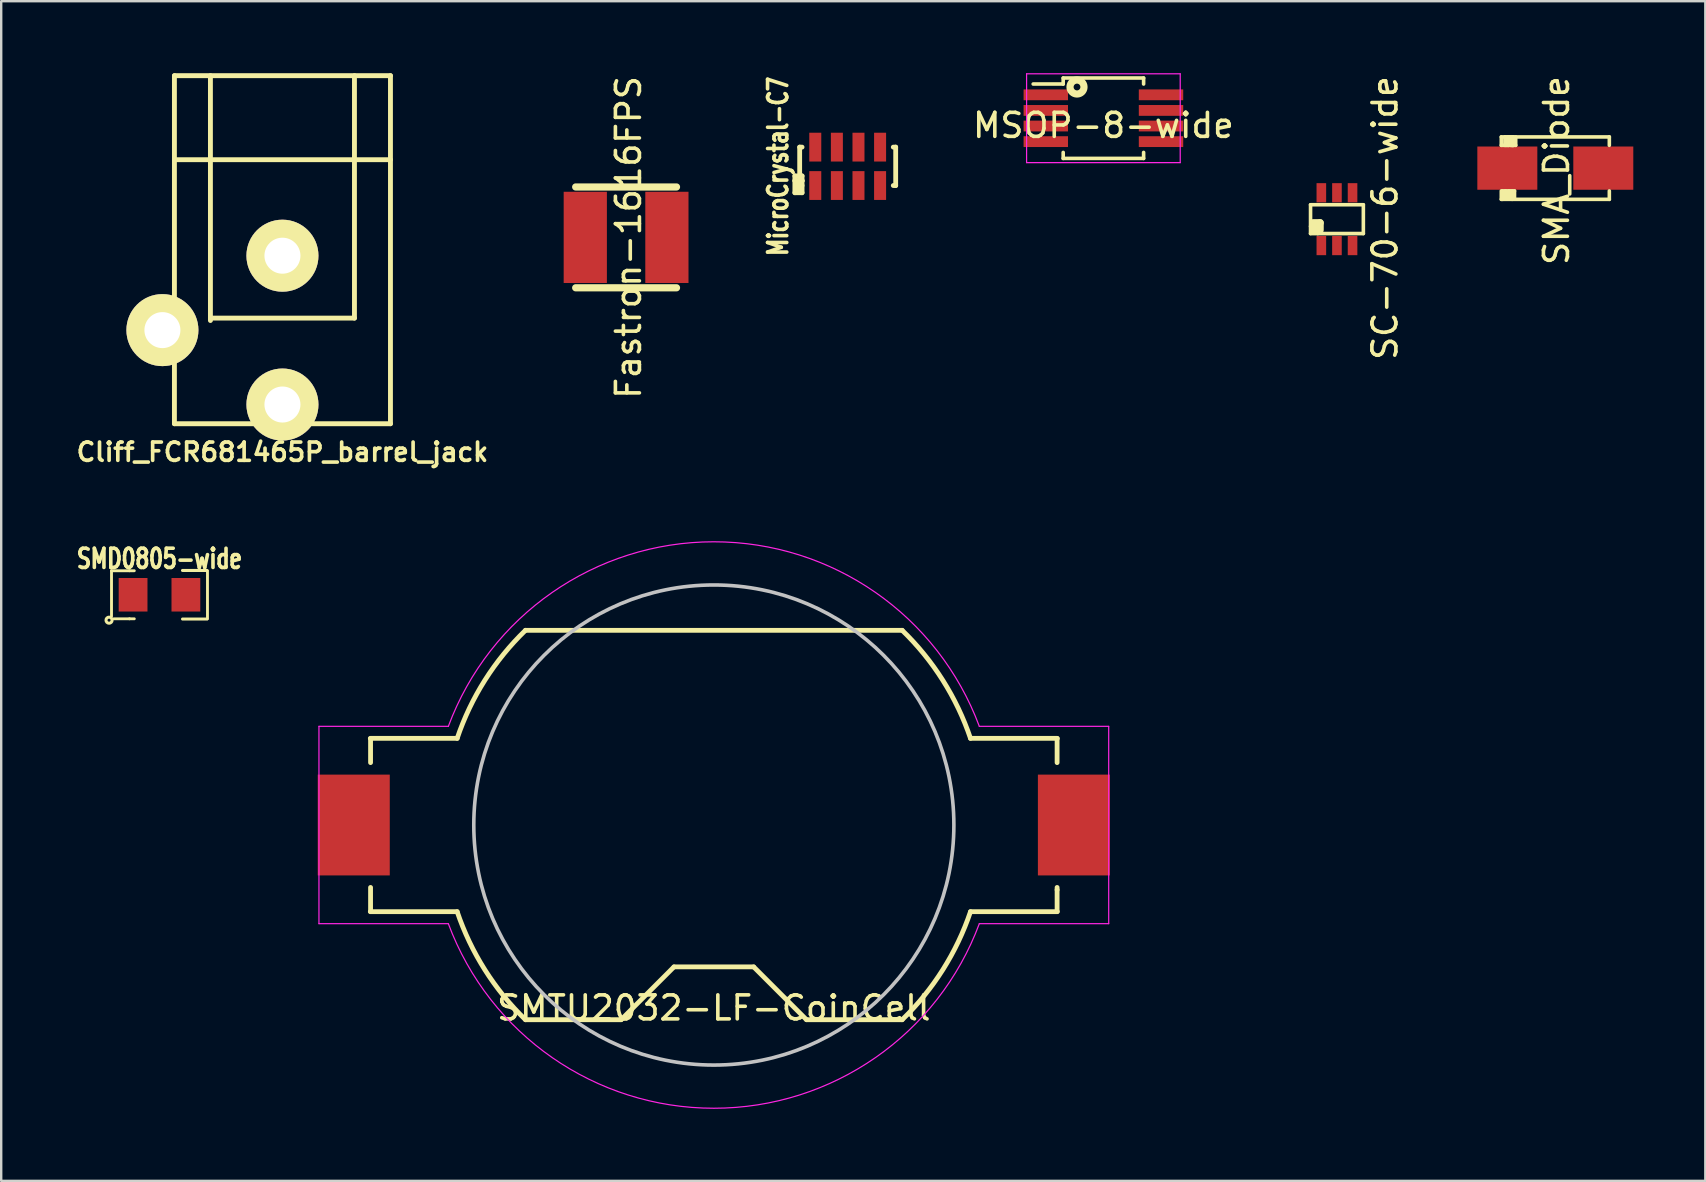
<source format=kicad_pcb>
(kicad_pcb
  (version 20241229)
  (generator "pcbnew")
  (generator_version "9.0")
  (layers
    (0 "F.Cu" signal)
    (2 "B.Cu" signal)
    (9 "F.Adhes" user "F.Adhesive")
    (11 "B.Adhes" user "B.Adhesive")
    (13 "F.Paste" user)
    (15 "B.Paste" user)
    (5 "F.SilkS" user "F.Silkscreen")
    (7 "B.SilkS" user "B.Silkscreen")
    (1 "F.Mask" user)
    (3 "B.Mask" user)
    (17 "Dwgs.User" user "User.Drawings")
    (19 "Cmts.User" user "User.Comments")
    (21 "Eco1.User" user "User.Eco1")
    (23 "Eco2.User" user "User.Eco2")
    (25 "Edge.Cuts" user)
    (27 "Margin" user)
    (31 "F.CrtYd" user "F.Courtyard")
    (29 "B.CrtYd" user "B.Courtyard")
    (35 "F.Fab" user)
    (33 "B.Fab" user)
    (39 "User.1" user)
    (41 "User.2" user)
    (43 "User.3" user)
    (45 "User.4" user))
  (footprint "SMTU2032-LF-CoinCell"
    (layer "F.Cu")
    (at 26.687 31.319)
    (property "Reference" "SMTU2032-LF-CoinCell" (at 0 7.62 0) (layer "F.SilkS") (effects (font (size 1 1) (thickness 0.15))))
    (attr smd)
    (fp_line (start -14.31 -3.61) (end -10.692 -3.61) (stroke (width 0.2) (type solid)) (layer "F.SilkS"))
    (fp_line (start -14.3 -3.6) (end -14.3 -2.6) (stroke (width 0.2) (type solid)) (layer "F.SilkS"))
    (fp_line (start -14.3 3.6) (end -14.3 2.6) (stroke (width 0.2) (type solid)) (layer "F.SilkS"))
    (fp_line (start -10.692 3.61) (end -14.31 3.61) (stroke (width 0.2) (type solid)) (layer "F.SilkS"))
    (fp_line (start -7.847 -8.11) (end 7.847 -8.11) (stroke (width 0.2) (type solid)) (layer "F.SilkS"))
    (fp_line (start -3.86 8.11) (end -7.847 8.11) (stroke (width 0.2) (type solid)) (layer "F.SilkS"))
    (fp_line (start -1.66 5.91) (end -3.86 8.11) (stroke (width 0.2) (type solid)) (layer "F.SilkS"))
    (fp_line (start 1.66 5.91) (end -1.66 5.91) (stroke (width 0.2) (type solid)) (layer "F.SilkS"))
    (fp_line (start 1.66 5.91) (end 3.86 8.11) (stroke (width 0.2) (type solid)) (layer "F.SilkS"))
    (fp_line (start 7.847 8.11) (end 3.86 8.11) (stroke (width 0.2) (type solid)) (layer "F.SilkS"))
    (fp_line (start 10.692 -3.61) (end 14.31 -3.61) (stroke (width 0.2) (type solid)) (layer "F.SilkS"))
    (fp_line (start 14.3 -3.6) (end 14.3 -2.6) (stroke (width 0.2) (type solid)) (layer "F.SilkS"))
    (fp_line (start 14.3 2.7) (end 14.3 2.6) (stroke (width 0.2) (type solid)) (layer "F.SilkS"))
    (fp_line (start 14.3 3.6) (end 14.3 2.7) (stroke (width 0.2) (type solid)) (layer "F.SilkS"))
    (fp_line (start 14.31 3.61) (end 10.692 3.61) (stroke (width 0.2) (type solid)) (layer "F.SilkS"))
    (fp_arc (start -10.692 -3.61) (mid -9.538084 -6.031244) (end -7.845371 -8.111789) (stroke (width 0.2) (type solid)) (layer "F.SilkS"))
    (fp_arc (start -7.845371 8.111789) (mid -9.538085 6.031244) (end -10.692 3.61) (stroke (width 0.2) (type solid)) (layer "F.SilkS"))
    (fp_arc (start 7.845371 -8.111789) (mid 9.538085 -6.031244) (end 10.692 -3.61) (stroke (width 0.2) (type solid)) (layer "F.SilkS"))
    (fp_arc (start 10.692 3.61) (mid 9.538084 6.031244) (end 7.845371 8.111789) (stroke (width 0.2) (type solid)) (layer "F.SilkS"))
    (fp_circle (center 0 0) (end 10 0) (stroke (width 0.15) (type solid)) (fill no) (layer "Dwgs.User"))
    (fp_line (start -16.45 -4.11) (end -16.45 4.11) (stroke (width 0.05) (type solid)) (layer "F.CrtYd"))
    (fp_line (start -16.45 -4.11) (end -11.06 -4.11) (stroke (width 0.05) (type solid)) (layer "F.CrtYd"))
    (fp_line (start -16.45 4.11) (end -11.06 4.11) (stroke (width 0.05) (type solid)) (layer "F.CrtYd"))
    (fp_line (start 11.06 4.11) (end 16.45 4.11) (stroke (width 0.05) (type solid)) (layer "F.CrtYd"))
    (fp_line (start 16.45 -4.11) (end 11.06 -4.11) (stroke (width 0.05) (type solid)) (layer "F.CrtYd"))
    (fp_line (start 16.45 4.11) (end 16.45 -4.11) (stroke (width 0.05) (type solid)) (layer "F.CrtYd"))
    (fp_arc (start -11.06 -4.11) (mid -0.002978 -11.79897) (end 11.057924 -4.115582) (stroke (width 0.05) (type solid)) (layer "F.CrtYd"))
    (fp_arc (start 11.06 4.11) (mid 0.002978 11.79897) (end -11.057924 4.115582) (stroke (width 0.05) (type solid)) (layer "F.CrtYd"))
    (pad "1" smd rect (at -15 0) (size 3 4.2) (layers "F.Cu" "F.Mask" "F.Paste"))
    (pad "2" smd rect (at 15 0) (size 3 4.2) (layers "F.Cu" "F.Mask" "F.Paste")))
  (footprint "MSOP-8-wide"
    (layer "F.Cu")
    (at 42.916 1.875)
    (property "Reference" "MSOP-8-wide" (at 0 0.3 0) (layer "F.SilkS") (effects (font (size 1 1) (thickness 0.15))))
    (attr smd)
    (fp_line (start -1.675 -1.675) (end -1.675 -1.425) (stroke (width 0.15) (type solid)) (layer "F.SilkS"))
    (fp_line (start -1.675 -1.675) (end 1.675 -1.675) (stroke (width 0.15) (type solid)) (layer "F.SilkS"))
    (fp_line (start -1.675 -1.425) (end -2.925 -1.425) (stroke (width 0.15) (type solid)) (layer "F.SilkS"))
    (fp_line (start -1.675 1.675) (end -1.675 1.425) (stroke (width 0.15) (type solid)) (layer "F.SilkS"))
    (fp_line (start -1.675 1.675) (end 1.675 1.675) (stroke (width 0.15) (type solid)) (layer "F.SilkS"))
    (fp_line (start 1.675 -1.675) (end 1.675 -1.425) (stroke (width 0.15) (type solid)) (layer "F.SilkS"))
    (fp_line (start 1.675 1.675) (end 1.675 1.425) (stroke (width 0.15) (type solid)) (layer "F.SilkS"))
    (fp_circle (center -1.1 -1.3) (end -1 -1.2) (stroke (width 0.3) (type solid)) (fill no) (layer "F.SilkS"))
    (fp_line (start -3.2 -1.85) (end -3.2 1.85) (stroke (width 0.05) (type solid)) (layer "F.CrtYd"))
    (fp_line (start -3.2 -1.85) (end 3.2 -1.85) (stroke (width 0.05) (type solid)) (layer "F.CrtYd"))
    (fp_line (start -3.2 1.85) (end 3.2 1.85) (stroke (width 0.05) (type solid)) (layer "F.CrtYd"))
    (fp_line (start 3.2 -1.85) (end 3.2 1.85) (stroke (width 0.05) (type solid)) (layer "F.CrtYd"))
    (pad "1" smd rect (at -2.4 -0.975) (size 1.85 0.45) (layers "F.Cu" "F.Mask" "F.Paste"))
    (pad "2" smd rect (at -2.4 -0.325) (size 1.85 0.45) (layers "F.Cu" "F.Mask" "F.Paste"))
    (pad "3" smd rect (at -2.4 0.325) (size 1.85 0.45) (layers "F.Cu" "F.Mask" "F.Paste"))
    (pad "4" smd rect (at -2.4 0.975) (size 1.85 0.45) (layers "F.Cu" "F.Mask" "F.Paste"))
    (pad "5" smd rect (at 2.4 0.975) (size 1.85 0.45) (layers "F.Cu" "F.Mask" "F.Paste"))
    (pad "6" smd rect (at 2.4 0.325) (size 1.85 0.45) (layers "F.Cu" "F.Mask" "F.Paste"))
    (pad "7" smd rect (at 2.4 -0.325) (size 1.85 0.45) (layers "F.Cu" "F.Mask" "F.Paste"))
    (pad "8" smd rect (at 2.4 -0.975) (size 1.85 0.45) (layers "F.Cu" "F.Mask" "F.Paste")))
  (footprint "Cliff_FCR681465P_barrel_jack"
    (layer "F.Cu")
    (at 8.716 10.702)
    (property "Reference" "Cliff_FCR681465P_barrel_jack" (at 0 5.08 0) (layer "F.SilkS") (effects (font (size 0.762 0.762) (thickness 0.152))))
    (attr through_hole)
    (fp_line (start -4.5 -10.6) (end -4.5 3.9) (stroke (width 0.203) (type solid)) (layer "F.SilkS"))
    (fp_line (start -4.5 -7.1) (end 4.5 -7.1) (stroke (width 0.203) (type solid)) (layer "F.SilkS"))
    (fp_line (start -4.5 3.9) (end 4.5 3.9) (stroke (width 0.203) (type solid)) (layer "F.SilkS"))
    (fp_line (start -3 -0.4) (end -3 -10.6) (stroke (width 0.203) (type solid)) (layer "F.SilkS"))
    (fp_line (start 3 -10.6) (end 3 -0.5) (stroke (width 0.203) (type solid)) (layer "F.SilkS"))
    (fp_line (start 3 -0.5) (end -3 -0.5) (stroke (width 0.203) (type solid)) (layer "F.SilkS"))
    (fp_line (start 4.5 -10.6) (end -4.5 -10.6) (stroke (width 0.203) (type solid)) (layer "F.SilkS"))
    (fp_line (start 4.5 3.9) (end 4.5 -10.6) (stroke (width 0.203) (type solid)) (layer "F.SilkS"))
    (pad "1" thru_hole circle (at 0 3.1) (size 3 3) (drill 1.5) (layers "*.Cu" "*.Mask" "F.SilkS"))
    (pad "2" thru_hole circle (at 0 -3.1) (size 3 3) (drill 1.5) (layers "*.Cu" "*.Mask" "F.SilkS"))
    (pad "3" thru_hole circle (at -5 0) (size 3 3) (drill 1.5) (layers "*.Cu" "*.Mask" "F.SilkS")))
  (footprint "MicroCrystal-C7"
    (layer "F.Cu")
    (at 32.263 3.879)
    (property "Reference" "MicroCrystal-C7" (at -2.9 0 90) (layer "F.SilkS") (effects (font (size 0.8 0.6) (thickness 0.15))))
    (attr through_hole)
    (fp_line (start -2.2 0.4) (end -1.9 0.4) (stroke (width 0.2) (type solid)) (layer "F.SilkS"))
    (fp_line (start -2.2 0.6) (end -2.2 0.4) (stroke (width 0.2) (type solid)) (layer "F.SilkS"))
    (fp_line (start -2.2 0.6) (end -2.2 1.1) (stroke (width 0.2) (type solid)) (layer "F.SilkS"))
    (fp_line (start -2.2 1.1) (end -1.9 1.1) (stroke (width 0.2) (type solid)) (layer "F.SilkS"))
    (fp_line (start -2.1 0.7) (end -2.1 1) (stroke (width 0.2) (type solid)) (layer "F.SilkS"))
    (fp_line (start -2.1 1) (end -2 1) (stroke (width 0.2) (type solid)) (layer "F.SilkS"))
    (fp_line (start -2 -0.8) (end -2 0.8) (stroke (width 0.2) (type solid)) (layer "F.SilkS"))
    (fp_line (start -2 0.8) (end -1.9 0.8) (stroke (width 0.2) (type solid)) (layer "F.SilkS"))
    (fp_line (start -2 1) (end -2 0.7) (stroke (width 0.2) (type solid)) (layer "F.SilkS"))
    (fp_line (start -1.9 -0.8) (end -2 -0.8) (stroke (width 0.2) (type solid)) (layer "F.SilkS"))
    (fp_line (start -1.9 0.4) (end -1.9 0.6) (stroke (width 0.2) (type solid)) (layer "F.SilkS"))
    (fp_line (start -1.9 0.6) (end -2.2 0.6) (stroke (width 0.2) (type solid)) (layer "F.SilkS"))
    (fp_line (start -1.9 0.6) (end -2.1 0.6) (stroke (width 0.2) (type solid)) (layer "F.SilkS"))
    (fp_line (start -1.9 1.1) (end -1.9 0.6) (stroke (width 0.2) (type solid)) (layer "F.SilkS"))
    (fp_line (start 1.9 -0.8) (end 2 -0.8) (stroke (width 0.2) (type solid)) (layer "F.SilkS"))
    (fp_line (start 2 -0.8) (end 2 0.8) (stroke (width 0.2) (type solid)) (layer "F.SilkS"))
    (fp_line (start 2 0.8) (end 1.9 0.8) (stroke (width 0.2) (type solid)) (layer "F.SilkS"))
    (pad "1" smd rect (at -1.35 0.8) (size 0.5 1.2) (layers "F.Cu" "F.Mask" "F.Paste"))
    (pad "2" smd rect (at -0.45 0.8) (size 0.5 1.2) (layers "F.Cu" "F.Mask" "F.Paste"))
    (pad "3" smd rect (at 0.45 0.8) (size 0.5 1.2) (layers "F.Cu" "F.Mask" "F.Paste"))
    (pad "4" smd rect (at 1.35 0.8) (size 0.5 1.2) (layers "F.Cu" "F.Mask" "F.Paste"))
    (pad "5" smd rect (at 1.35 -0.8) (size 0.5 1.2) (layers "F.Cu" "F.Mask" "F.Paste"))
    (pad "6" smd rect (at 0.45 -0.8) (size 0.5 1.2) (layers "F.Cu" "F.Mask" "F.Paste"))
    (pad "7" smd rect (at -0.45 -0.8) (size 0.5 1.2) (layers "F.Cu" "F.Mask" "F.Paste"))
    (pad "8" smd rect (at -1.35 -0.8) (size 0.5 1.2) (layers "F.Cu" "F.Mask" "F.Paste")))
  (footprint "SC-70-6-wide"
    (layer "F.Cu")
    (at 52.645 6.08)
    (property "Reference" "SC-70-6-wide" (at 2 -0.05 90) (layer "F.SilkS") (effects (font (size 1 1) (thickness 0.15))))
    (attr smd)
    (fp_line (start -1.1 -0.6) (end -1.1 0.6) (stroke (width 0.15) (type solid)) (layer "F.SilkS"))
    (fp_line (start -1.1 0.3) (end -0.8 0.3) (stroke (width 0.15) (type solid)) (layer "F.SilkS"))
    (fp_line (start -1.1 0.6) (end 1.1 0.6) (stroke (width 0.15) (type solid)) (layer "F.SilkS"))
    (fp_line (start -1 0.15) (end -0.7 0.15) (stroke (width 0.3) (type solid)) (layer "F.SilkS"))
    (fp_line (start -0.95 0.45) (end -0.8 0.45) (stroke (width 0.3) (type solid)) (layer "F.SilkS"))
    (fp_line (start -0.8 0.3) (end -0.8 0.6) (stroke (width 0.15) (type solid)) (layer "F.SilkS"))
    (fp_line (start -0.7 0.15) (end -0.7 0.45) (stroke (width 0.3) (type solid)) (layer "F.SilkS"))
    (fp_line (start 1.1 -0.6) (end -1.1 -0.6) (stroke (width 0.15) (type solid)) (layer "F.SilkS"))
    (fp_line (start 1.1 0.6) (end 1.1 -0.6) (stroke (width 0.15) (type solid)) (layer "F.SilkS"))
    (pad "1" smd rect (at -0.65 1.1) (size 0.4 0.8) (layers "F.Cu" "F.Mask" "F.Paste"))
    (pad "2" smd rect (at 0 1.1) (size 0.4 0.8) (layers "F.Cu" "F.Mask" "F.Paste"))
    (pad "3" smd rect (at 0.65 1.1) (size 0.4 0.8) (layers "F.Cu" "F.Mask" "F.Paste"))
    (pad "4" smd rect (at 0.65 -1.1) (size 0.4 0.8) (layers "F.Cu" "F.Mask" "F.Paste"))
    (pad "5" smd rect (at 0 -1.1) (size 0.4 0.8) (layers "F.Cu" "F.Mask" "F.Paste"))
    (pad "6" smd rect (at -0.65 -1.1) (size 0.4 0.8) (layers "F.Cu" "F.Mask" "F.Paste")))
  (footprint "SMD0805-wide"
    (layer "F.Cu")
    (at 3.594 21.727)
    (property "Reference" "SMD0805-wide" (at 0 -1.501 0) (layer "F.SilkS") (effects (font (size 0.8 0.6) (thickness 0.15))))
    (attr smd)
    (fp_line (start -1.999 -1.001) (end -1.999 0.899) (stroke (width 0.119) (type solid)) (layer "F.SilkS"))
    (fp_line (start -1.25 -1.001) (end -1.999 -1.001) (stroke (width 0.119) (type solid)) (layer "F.SilkS"))
    (fp_line (start -1.25 -1.001) (end -1.049 -1.001) (stroke (width 0.119) (type solid)) (layer "F.SilkS"))
    (fp_line (start -1.25 1.001) (end -1.9 1.001) (stroke (width 0.119) (type solid)) (layer "F.SilkS"))
    (fp_line (start -1.25 1.001) (end -1.049 1.001) (stroke (width 0.119) (type solid)) (layer "F.SilkS"))
    (fp_line (start 0.958 -1.013) (end 1.974 -1.013) (stroke (width 0.127) (type solid)) (layer "F.SilkS"))
    (fp_line (start 1.976 1.011) (end 0.96 1.011) (stroke (width 0.127) (type solid)) (layer "F.SilkS"))
    (fp_line (start 1.999 -1.001) (end 1.999 1.001) (stroke (width 0.119) (type solid)) (layer "F.SilkS"))
    (fp_circle (center -2.101 1.059) (end -2.101 0.932) (stroke (width 0.127) (type solid)) (fill no) (layer "F.SilkS"))
    (pad "1" smd rect (at -1.1 0) (size 1.199 1.397) (layers "F.Cu" "F.Mask" "F.Paste"))
    (pad "2" smd rect (at 1.1 0) (size 1.199 1.397) (layers "F.Cu" "F.Mask" "F.Paste")))
  (footprint "Fastron-1616FPS"
    (layer "F.Cu")
    (at 23.032 6.839)
    (property "Reference" "Fastron-1616FPS" (at 0.1 0 90) (layer "F.SilkS") (effects (font (size 1 1) (thickness 0.15))))
    (attr through_hole)
    (fp_line (start -2.1 -2.1) (end 2.1 -2.1) (stroke (width 0.3) (type solid)) (layer "F.SilkS"))
    (fp_line (start -2.1 2.1) (end 2.1 2.1) (stroke (width 0.3) (type solid)) (layer "F.SilkS"))
    (pad "1" smd rect (at -1.7 0) (size 1.8 3.8) (layers "F.Cu" "F.Mask" "F.Paste"))
    (pad "2" smd rect (at 1.7 0) (size 1.8 3.8) (layers "F.Cu" "F.Mask" "F.Paste")))
  (footprint "SMA_Diode"
    (layer "F.Cu")
    (at 61.742 3.954)
    (property "Reference" "SMA_Diode" (at 0.05 0.1 90) (layer "F.SilkS") (effects (font (size 1 1) (thickness 0.15))))
    (attr smd)
    (fp_line (start -2.25 -1.3) (end -2.25 -0.95) (stroke (width 0.15) (type solid)) (layer "F.SilkS"))
    (fp_line (start -2.25 -1.3) (end 2.25 -1.3) (stroke (width 0.15) (type solid)) (layer "F.SilkS"))
    (fp_line (start -2.25 1.3) (end -2.25 0.95) (stroke (width 0.15) (type solid)) (layer "F.SilkS"))
    (fp_line (start -2.25 1.3) (end 2.25 1.3) (stroke (width 0.15) (type solid)) (layer "F.SilkS"))
    (fp_line (start -2.25 -0.95) (end -1.75 -0.95) (stroke (width 0.15) (type solid)) (layer "F.SilkS"))
    (fp_line (start -2.2 0.95) (end -2.1 0.95) (stroke (width 0.15) (type solid)) (layer "F.SilkS"))
    (fp_line (start -2.2 1.3) (end -2.2 0.95) (stroke (width 0.15) (type solid)) (layer "F.SilkS"))
    (fp_line (start -2.1 -1.3) (end -2.1 -0.95) (stroke (width 0.15) (type solid)) (layer "F.SilkS"))
    (fp_line (start -2.1 -0.95) (end -1.95 -0.95) (stroke (width 0.15) (type solid)) (layer "F.SilkS"))
    (fp_line (start -2.1 0.95) (end -2.1 1.25) (stroke (width 0.15) (type solid)) (layer "F.SilkS"))
    (fp_line (start -2.1 1.25) (end -2.05 1.25) (stroke (width 0.15) (type solid)) (layer "F.SilkS"))
    (fp_line (start -2.05 -1.25) (end -2.05 -1.05) (stroke (width 0.15) (type solid)) (layer "F.SilkS"))
    (fp_line (start -2.05 0.95) (end -1.95 0.95) (stroke (width 0.15) (type solid)) (layer "F.SilkS"))
    (fp_line (start -2.05 1.25) (end -2.05 0.95) (stroke (width 0.15) (type solid)) (layer "F.SilkS"))
    (fp_line (start -1.95 -1.3) (end -1.85 -1.3) (stroke (width 0.15) (type solid)) (layer "F.SilkS"))
    (fp_line (start -1.95 -0.95) (end -1.95 -1.3) (stroke (width 0.15) (type solid)) (layer "F.SilkS"))
    (fp_line (start -1.95 0.95) (end -1.95 1.2) (stroke (width 0.15) (type solid)) (layer "F.SilkS"))
    (fp_line (start -1.95 1.2) (end -1.9 1.2) (stroke (width 0.15) (type solid)) (layer "F.SilkS"))
    (fp_line (start -1.9 0.95) (end -1.7 0.95) (stroke (width 0.15) (type solid)) (layer "F.SilkS"))
    (fp_line (start -1.9 1.2) (end -1.9 0.95) (stroke (width 0.15) (type solid)) (layer "F.SilkS"))
    (fp_line (start -1.85 -1.3) (end -1.85 -0.95) (stroke (width 0.15) (type solid)) (layer "F.SilkS"))
    (fp_line (start -1.85 -0.95) (end -1.75 -0.95) (stroke (width 0.15) (type solid)) (layer "F.SilkS"))
    (fp_line (start -1.799 -1.3) (end -1.799 -0.95) (stroke (width 0.15) (type solid)) (layer "F.SilkS"))
    (fp_line (start -1.799 1.3) (end -1.799 0.95) (stroke (width 0.15) (type solid)) (layer "F.SilkS"))
    (fp_line (start -1.75 -1.3) (end -2.1 -1.3) (stroke (width 0.15) (type solid)) (layer "F.SilkS"))
    (fp_line (start -1.75 -0.95) (end -1.75 -1.3) (stroke (width 0.15) (type solid)) (layer "F.SilkS"))
    (fp_line (start -1.7 0.95) (end -1.7 1.25) (stroke (width 0.15) (type solid)) (layer "F.SilkS"))
    (fp_line (start -1.65 -1.3) (end -1.65 -0.95) (stroke (width 0.15) (type solid)) (layer "F.SilkS"))
    (fp_line (start -1.65 -0.95) (end -1.8 -0.95) (stroke (width 0.15) (type solid)) (layer "F.SilkS"))
    (fp_line (start 2.25 -1.3) (end 2.25 -0.95) (stroke (width 0.15) (type solid)) (layer "F.SilkS"))
    (fp_line (start 2.25 1.3) (end 2.25 0.95) (stroke (width 0.15) (type solid)) (layer "F.SilkS"))
    (pad "1" smd rect (at -1.999 0) (size 2.499 1.801) (layers "F.Cu" "F.Mask" "F.Paste"))
    (pad "2" smd rect (at 1.999 0) (size 2.499 1.801) (layers "F.Cu" "F.Mask" "F.Paste")))
  (gr_rect
    (start -3 -3)
    (end 67.991 46.143)
    (stroke (width 0.1) (type default))
    (fill no)
    (layer "Edge.Cuts")))
</source>
